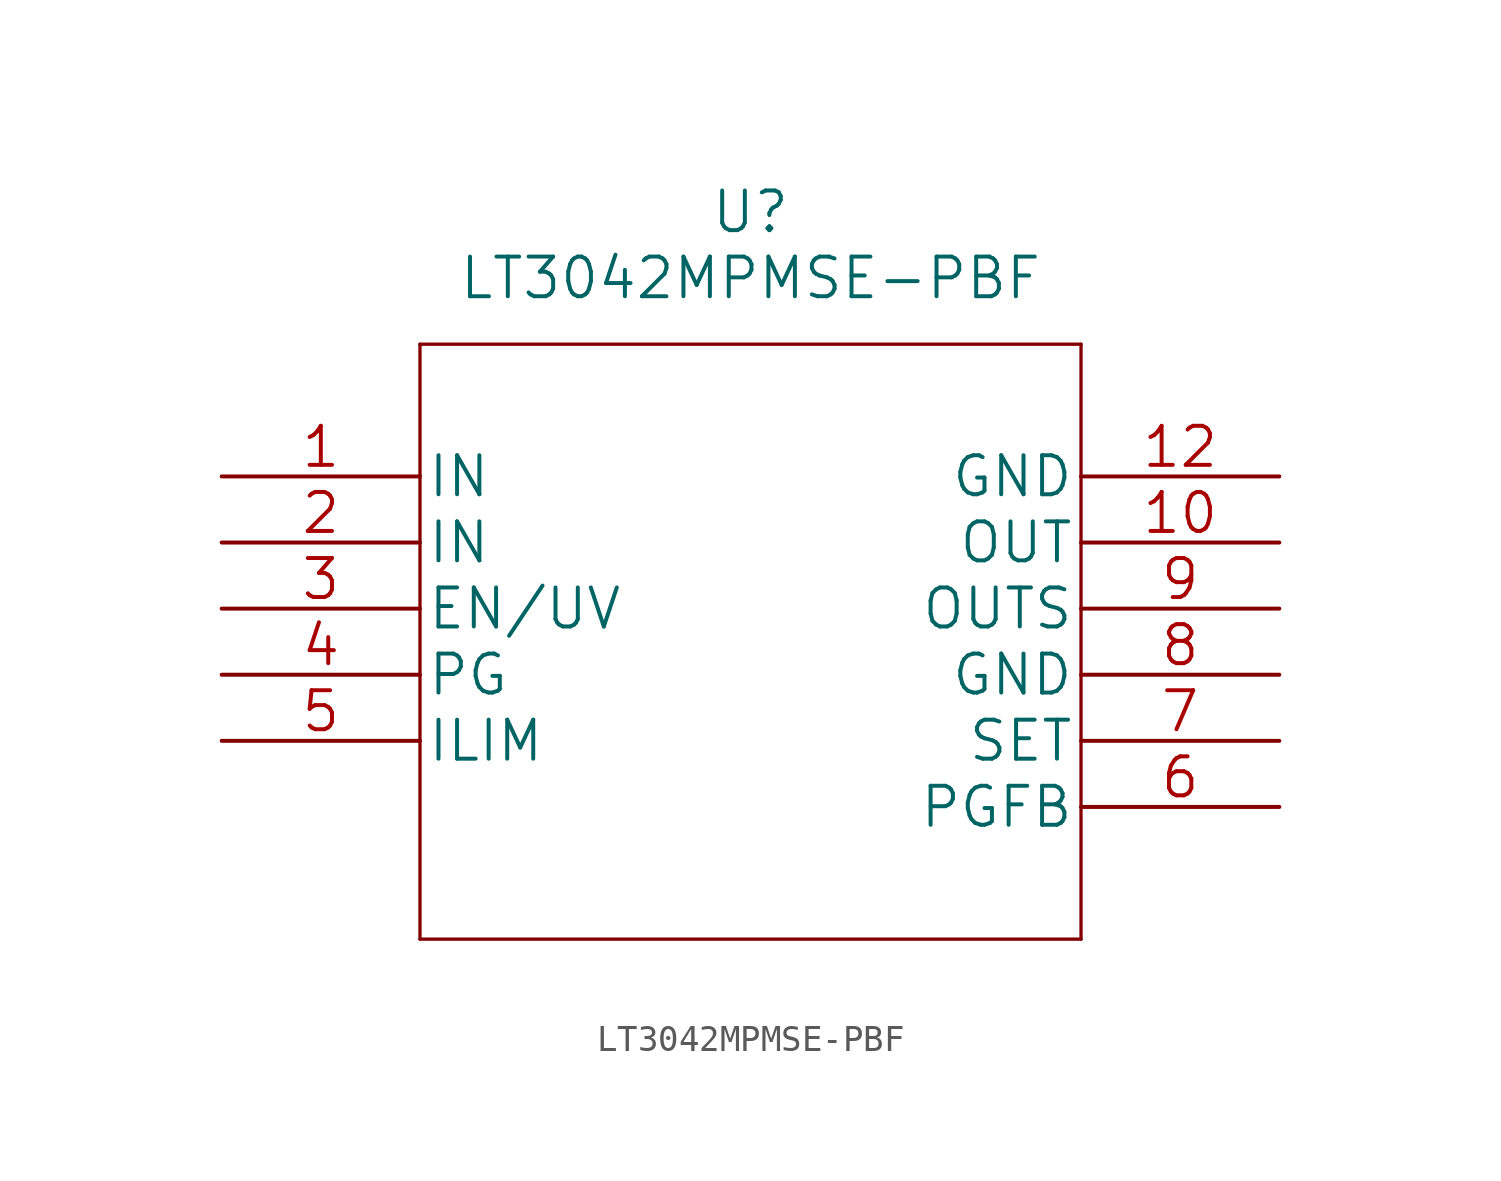
<source format=kicad_sym>
(kicad_symbol_lib
  (version 20211014)
  (generator kicad_symbol_editor)
  (symbol "LT3042MPMSE-PBF"
    (pin_names
      (offset 0.254))
    (property "Reference" "U"
      (at 20.32 10.16 0)
      (effects (font (size 1.524 1.524))))
    (property "Value" "LT3042MPMSE-PBF"
      (at 20.32 7.62 0)
      (effects (font (size 1.524 1.524))))
    (property "Datasheet" ""
      (at 0 0 0)
      (effects (font (size 1.524 1.524))))
    (property "ki_locked" ""
      (at 0 0 0)
      (effects (font (size 1.27 1.27))))
    (symbol "LT3042MPMSE-PBF_1_1"
      (polyline (pts (xy 7.62 -17.78) (xy 33.02 -17.78)) (stroke (width 0.127) (type default) (color 0 0 0 0)) (fill (type none)))
      (polyline (pts (xy 7.62 5.08) (xy 7.62 -17.78)) (stroke (width 0.127) (type default) (color 0 0 0 0)) (fill (type none)))
      (polyline (pts (xy 33.02 -17.78) (xy 33.02 5.08)) (stroke (width 0.127) (type default) (color 0 0 0 0)) (fill (type none)))
      (polyline (pts (xy 33.02 5.08) (xy 7.62 5.08)) (stroke (width 0.127) (type default) (color 0 0 0 0)) (fill (type none)))
      (pin unspecified line (at 0 0 0) (length 7.62) (name "IN" (effects (font (size 1.499 1.499)))) (number "1" (effects (font (size 1.499 1.499)))))
      (pin unspecified line (at 40.64 -2.54 180) (length 7.62) (name "OUT" (effects (font (size 1.499 1.499)))) (number "10" (effects (font (size 1.499 1.499)))))
      (pin unspecified line (at 40.64 0 180) (length 7.62) (name "GND" (effects (font (size 1.499 1.499)))) (number "12" (effects (font (size 1.499 1.499)))))
      (pin unspecified line (at 0 -2.54 0) (length 7.62) (name "IN" (effects (font (size 1.499 1.499)))) (number "2" (effects (font (size 1.499 1.499)))))
      (pin unspecified line (at 0 -5.08 0) (length 7.62) (name "EN/UV" (effects (font (size 1.499 1.499)))) (number "3" (effects (font (size 1.499 1.499)))))
      (pin unspecified line (at 0 -7.62 0) (length 7.62) (name "PG" (effects (font (size 1.499 1.499)))) (number "4" (effects (font (size 1.499 1.499)))))
      (pin unspecified line (at 0 -10.16 0) (length 7.62) (name "ILIM" (effects (font (size 1.499 1.499)))) (number "5" (effects (font (size 1.499 1.499)))))
      (pin unspecified line (at 40.64 -12.7 180) (length 7.62) (name "PGFB" (effects (font (size 1.499 1.499)))) (number "6" (effects (font (size 1.499 1.499)))))
      (pin unspecified line (at 40.64 -10.16 180) (length 7.62) (name "SET" (effects (font (size 1.499 1.499)))) (number "7" (effects (font (size 1.499 1.499)))))
      (pin unspecified line (at 40.64 -7.62 180) (length 7.62) (name "GND" (effects (font (size 1.499 1.499)))) (number "8" (effects (font (size 1.499 1.499)))))
      (pin unspecified line (at 40.64 -5.08 180) (length 7.62) (name "OUTS" (effects (font (size 1.499 1.499)))) (number "9" (effects (font (size 1.499 1.499))))))))
</source>
